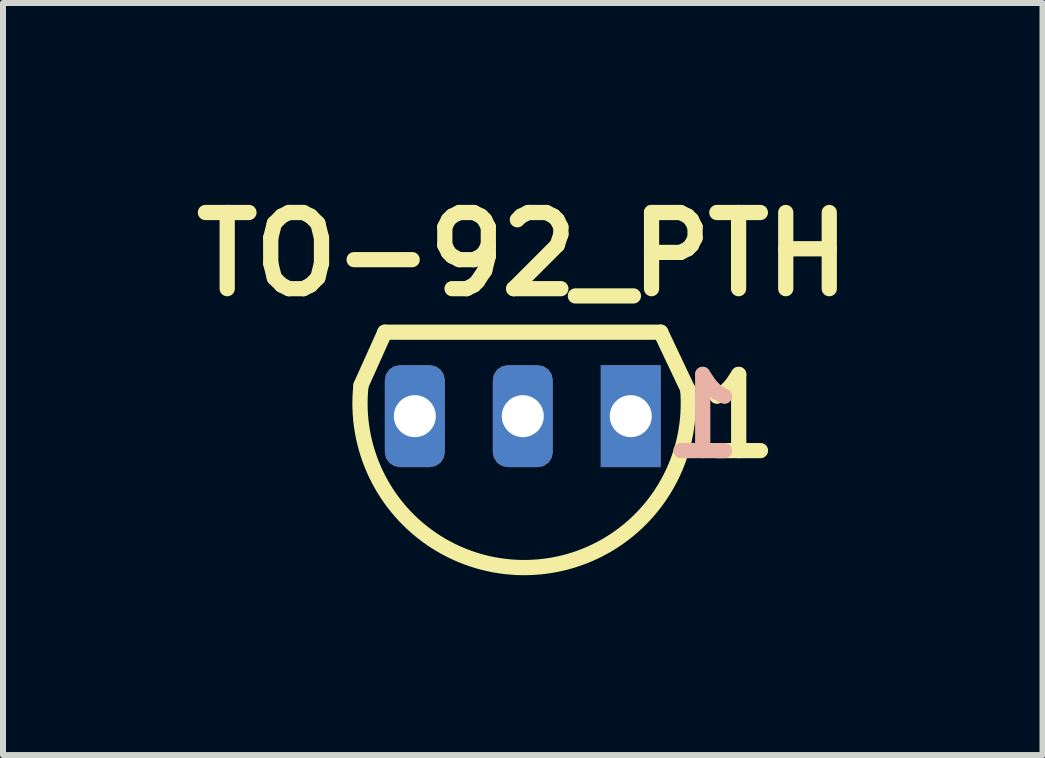
<source format=kicad_pcb>
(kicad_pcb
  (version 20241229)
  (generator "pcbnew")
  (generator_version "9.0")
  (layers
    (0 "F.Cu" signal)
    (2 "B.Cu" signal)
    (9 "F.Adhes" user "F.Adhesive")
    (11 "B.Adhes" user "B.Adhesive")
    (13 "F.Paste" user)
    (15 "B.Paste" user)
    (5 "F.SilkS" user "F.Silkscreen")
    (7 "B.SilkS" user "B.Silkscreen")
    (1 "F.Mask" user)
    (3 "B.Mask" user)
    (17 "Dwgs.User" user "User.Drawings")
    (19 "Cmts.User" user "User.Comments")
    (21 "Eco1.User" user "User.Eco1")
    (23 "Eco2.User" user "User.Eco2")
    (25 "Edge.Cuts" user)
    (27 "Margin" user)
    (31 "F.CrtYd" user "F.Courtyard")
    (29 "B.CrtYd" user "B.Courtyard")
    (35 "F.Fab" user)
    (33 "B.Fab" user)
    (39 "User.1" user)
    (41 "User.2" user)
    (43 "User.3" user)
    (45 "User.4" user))
  (footprint "TO-92_PTH"
    (layer "F.Cu")
    (at 5.667 3.889)
    (property "Reference" "TO-92_PTH" (at 0 -2.7 0) (layer "F.SilkS") (effects (font (size 1.27 1.27) (thickness 0.254) (bold yes))))
    (attr through_hole)
    (fp_line (start -2.3 -1.4) (end -2.698 -0.515) (stroke (width 0.254) (type default)) (layer "F.SilkS"))
    (fp_line (start -2.3 -1.4) (end 2.3 -1.4) (stroke (width 0.254) (type solid)) (layer "F.SilkS"))
    (fp_line (start 2.3 -1.4) (end 2.75 -0.45) (stroke (width 0.254) (type default)) (layer "F.SilkS"))
    (fp_arc (start 2.75 -0.45) (mid -0.009734 2.524347) (end -2.697749 -0.514968) (stroke (width 0.254) (type solid)) (layer "F.SilkS"))
    (fp_text user "1" (at 3.6 0 0) (layer "F.SilkS") (effects (font (size 1.27 1.27) (thickness 0.254))))
    (fp_text user "1" (at 3 0 0) (layer "B.SilkS") (effects (font (size 1.27 1.27) (thickness 0.254)) (justify mirror)))
    (pad "1" thru_hole rect (at 1.8 0) (size 1 1.7) (drill 0.7) (layers "*.Cu" "*.Mask"))
    (pad "2" thru_hole roundrect (at 0 0) (size 1 1.7) (drill 0.7) (layers "*.Cu" "*.Mask") (roundrect_rratio 0.25))
    (pad "3" thru_hole roundrect (at -1.8 0) (size 1 1.7) (drill 0.7) (layers "*.Cu" "*.Mask") (roundrect_rratio 0.25)))
  (gr_rect
    (start -3 -3)
    (end 14.333 9.54)
    (stroke (width 0.1) (type default))
    (fill no)
    (layer "Edge.Cuts")))
</source>
